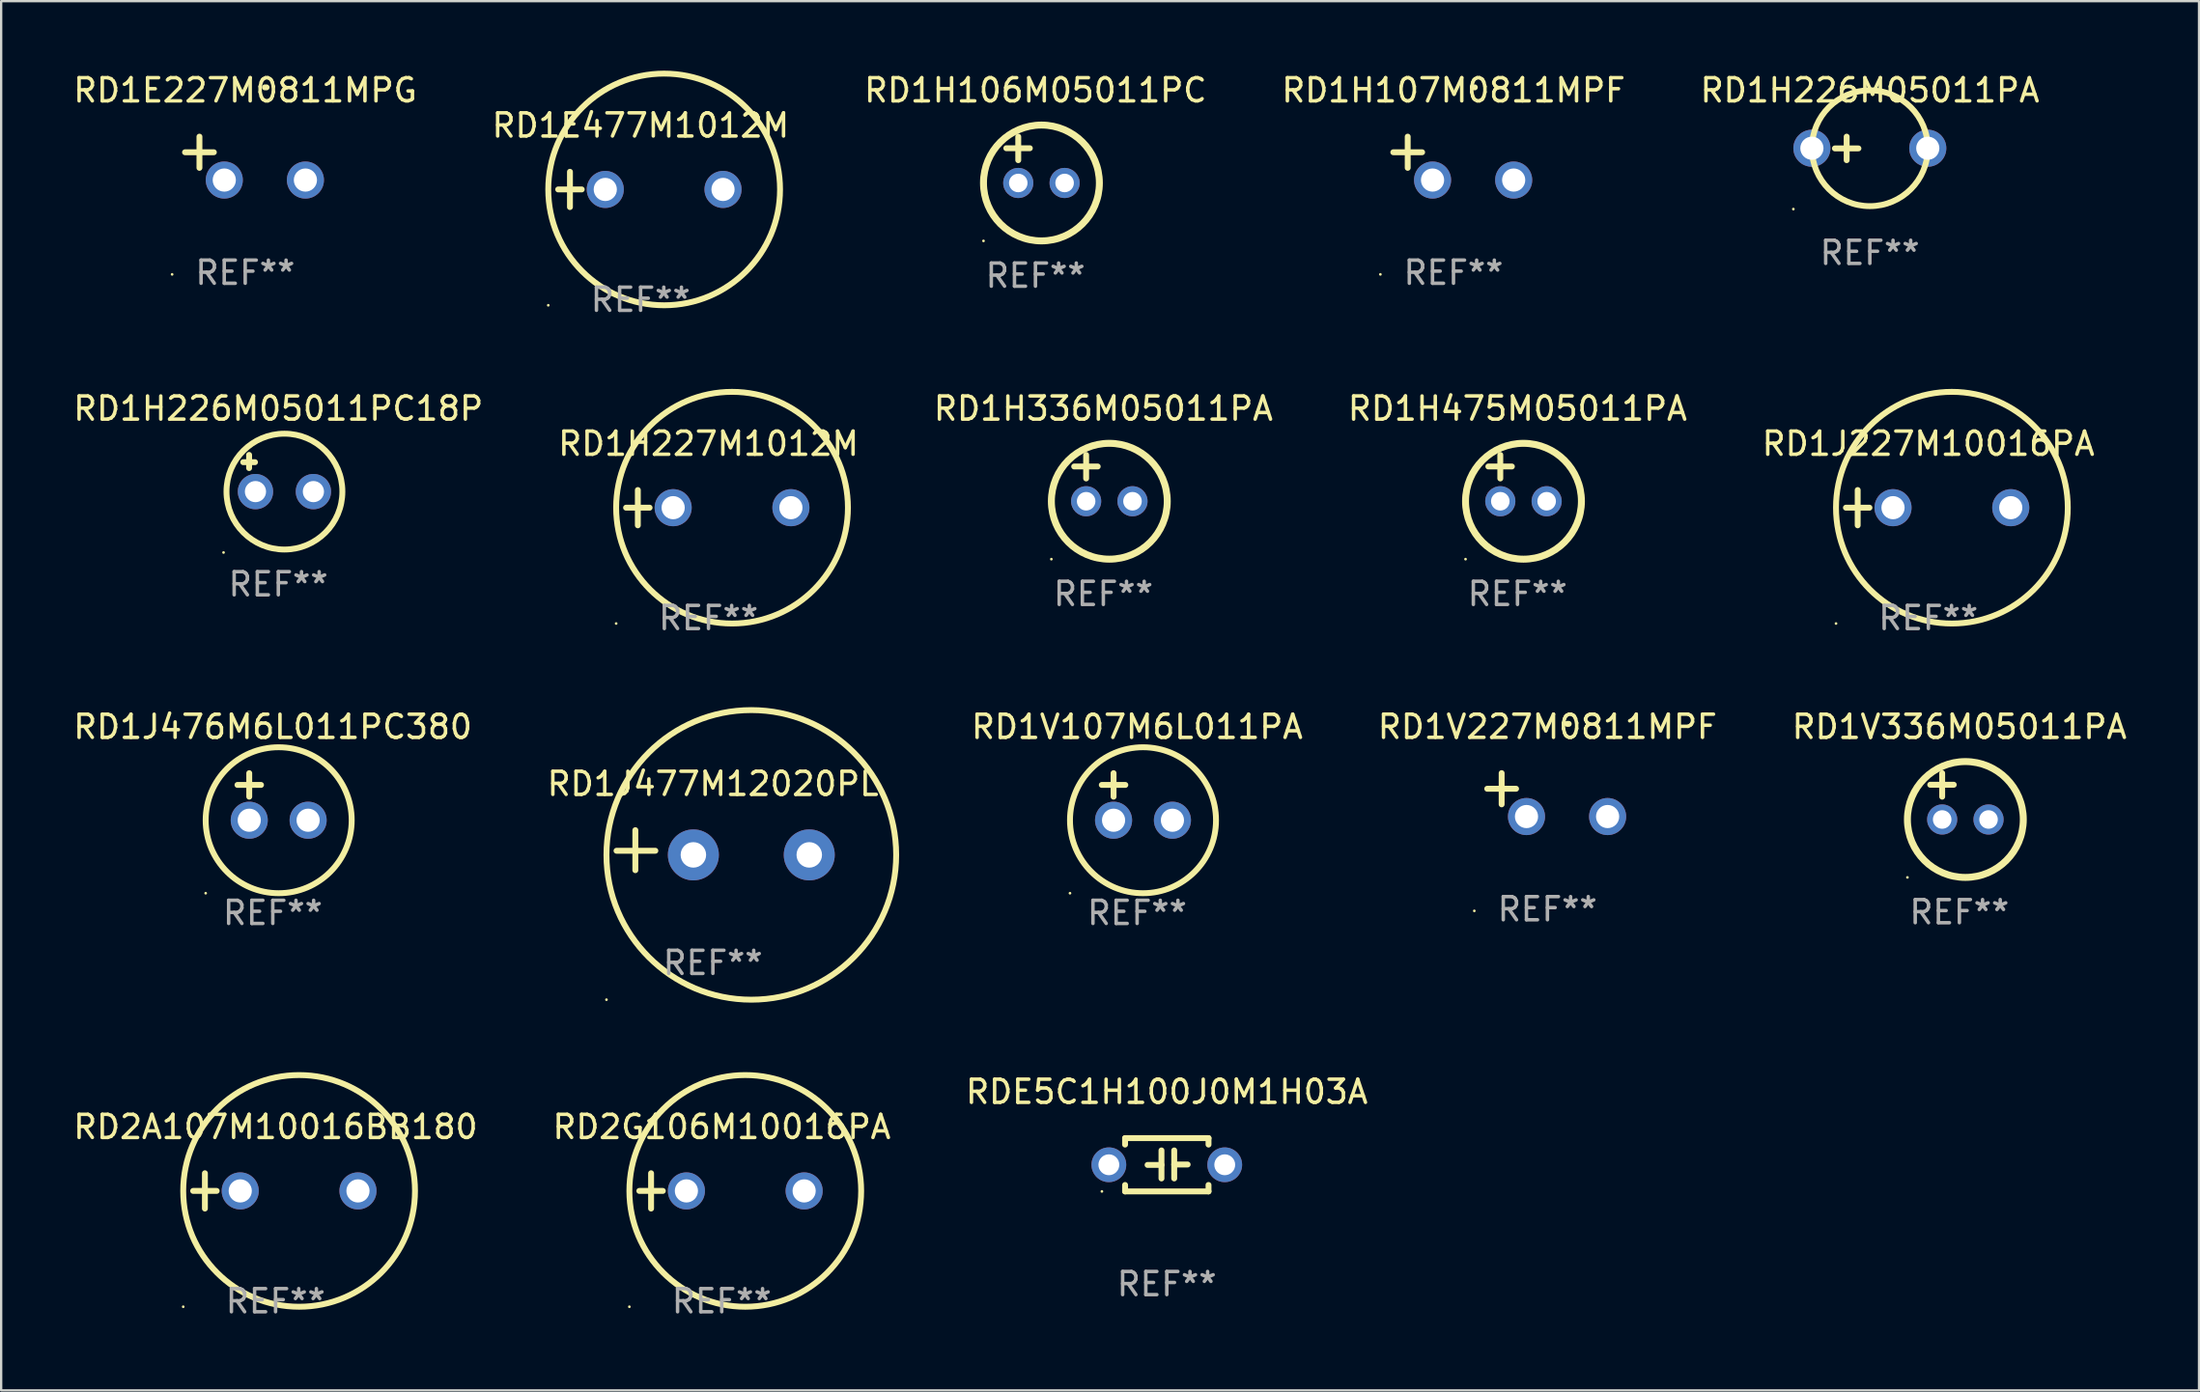
<source format=kicad_pcb>
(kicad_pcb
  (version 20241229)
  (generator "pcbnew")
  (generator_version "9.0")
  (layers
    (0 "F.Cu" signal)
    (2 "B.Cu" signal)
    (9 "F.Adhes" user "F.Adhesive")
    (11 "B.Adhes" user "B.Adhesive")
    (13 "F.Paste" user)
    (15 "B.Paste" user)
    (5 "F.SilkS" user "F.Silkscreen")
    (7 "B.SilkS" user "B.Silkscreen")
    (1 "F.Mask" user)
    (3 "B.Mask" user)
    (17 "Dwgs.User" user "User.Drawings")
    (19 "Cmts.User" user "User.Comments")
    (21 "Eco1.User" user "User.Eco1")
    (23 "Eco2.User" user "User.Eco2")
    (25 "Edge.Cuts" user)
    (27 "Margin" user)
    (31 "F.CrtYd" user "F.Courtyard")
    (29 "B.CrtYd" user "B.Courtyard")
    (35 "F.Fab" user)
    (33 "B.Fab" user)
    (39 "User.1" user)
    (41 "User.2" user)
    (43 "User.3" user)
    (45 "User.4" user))
  (footprint "RDE5C1H100J0M1H03A"
    (layer "F.Cu")
    (at 47.292 47.227)
    (property "Reference" "RDE5C1H100J0M1H03A" (at 0 -3.15 0) (layer "F.SilkS") (effects (font (size 1 1) (thickness 0.15))))
    (attr through_hole)
    (fp_line (start -1.8 -1.15) (end -1.8 -0.872) (stroke (width 0.254) (type solid)) (layer "F.SilkS"))
    (fp_line (start -1.8 -1.15) (end 1.8 -1.15) (stroke (width 0.254) (type solid)) (layer "F.SilkS"))
    (fp_line (start -1.8 0.872) (end -1.8 1.15) (stroke (width 0.254) (type solid)) (layer "F.SilkS"))
    (fp_line (start -1.8 1.15) (end 1.8 1.15) (stroke (width 0.254) (type solid)) (layer "F.SilkS"))
    (fp_line (start -0.23 -0.62) (end -0.23 0.59) (stroke (width 0.254) (type solid)) (layer "F.SilkS"))
    (fp_line (start -0.23 0.007) (end -0.83 0.007) (stroke (width 0.254) (type solid)) (layer "F.SilkS"))
    (fp_line (start 0.32 -0.62) (end 0.32 0.59) (stroke (width 0.254) (type solid)) (layer "F.SilkS"))
    (fp_line (start 0.32 -0.012) (end 0.9 -0.012) (stroke (width 0.254) (type solid)) (layer "F.SilkS"))
    (fp_line (start 1.8 -1.15) (end 1.8 -0.872) (stroke (width 0.254) (type solid)) (layer "F.SilkS"))
    (fp_line (start 1.8 0.872) (end 1.8 1.15) (stroke (width 0.254) (type solid)) (layer "F.SilkS"))
    (fp_circle (center -2.8 1.15) (end -2.77 1.15) (stroke (width 0.06) (type solid)) (fill no) (layer "F.SilkS"))
    (fp_text user "REF**" (at 0 5.15 0) (layer "F.Fab") (effects (font (size 1 1) (thickness 0.15))))
    (pad "1" thru_hole circle (at -2.5 0) (size 1.5 1.5) (drill 0.9) (layers "*.Cu" "*.Mask"))
    (pad "2" thru_hole circle (at 2.5 0) (size 1.5 1.5) (drill 0.9) (layers "*.Cu" "*.Mask")))
  (footprint "RD2A107M10016BB180"
    (layer "F.Cu")
    (at 8.839 48.355)
    (property "Reference" "RD2A107M10016BB180" (at 0 -2.762 0) (layer "F.SilkS") (effects (font (size 1 1) (thickness 0.15))))
    (attr through_hole)
    (fp_line (start -3.556 0) (end -2.54 0) (stroke (width 0.254) (type solid)) (layer "F.SilkS"))
    (fp_line (start -3.048 -0.762) (end -3.048 0.762) (stroke (width 0.254) (type solid)) (layer "F.SilkS"))
    (fp_circle (center -3.984 5) (end -3.954 5) (stroke (width 0.06) (type solid)) (fill no) (layer "F.SilkS"))
    (fp_circle (center 1.016 0) (end 6.016 0) (stroke (width 0.254) (type solid)) (fill no) (layer "F.SilkS"))
    (fp_text user "REF**" (at 0 4.762 0) (layer "F.Fab") (effects (font (size 1 1) (thickness 0.15))))
    (pad "1" thru_hole circle (at -1.524 0) (size 1.6 1.6) (drill 1) (layers "*.Cu" "*.Mask"))
    (pad "2" thru_hole circle (at 3.556 0) (size 1.6 1.6) (drill 1) (layers "*.Cu" "*.Mask")))
  (footprint "RD1V107M6L011PA"
    (layer "F.Cu")
    (at 46.011 31.339)
    (property "Reference" "RD1V107M6L011PA" (at 0 -3.016 0) (layer "F.SilkS") (effects (font (size 1 1) (thickness 0.15))))
    (attr through_hole)
    (fp_line (start -1.524 -0.508) (end -0.508 -0.508) (stroke (width 0.254) (type solid)) (layer "F.SilkS"))
    (fp_line (start -1.016 -1.016) (end -1.016 0) (stroke (width 0.254) (type solid)) (layer "F.SilkS"))
    (fp_circle (center -2.896 4.166) (end -2.866 4.166) (stroke (width 0.06) (type solid)) (fill no) (layer "F.SilkS"))
    (fp_circle (center 0.254 1.016) (end 3.404 1.016) (stroke (width 0.254) (type solid)) (fill no) (layer "F.SilkS"))
    (fp_text user "REF**" (at 0 5.016 0) (layer "F.Fab") (effects (font (size 1 1) (thickness 0.15))))
    (pad "1" thru_hole circle (at -1.016 1.016) (size 1.6 1.6) (drill 1) (layers "*.Cu" "*.Mask"))
    (pad "2" thru_hole circle (at 1.524 1.016) (size 1.6 1.6) (drill 1) (layers "*.Cu" "*.Mask")))
  (footprint "RD1H226M05011PC18P"
    (layer "F.Cu")
    (at 8.958 17.378)
    (property "Reference" "RD1H226M05011PC18P" (at 0 -2.792 0) (layer "F.SilkS") (effects (font (size 1 1) (thickness 0.15))))
    (attr through_hole)
    (fp_line (start -1.514 -0.478) (end -1.006 -0.478) (stroke (width 0.254) (type solid)) (layer "F.SilkS"))
    (fp_line (start -1.26 -0.792) (end -1.26 -0.224) (stroke (width 0.254) (type solid)) (layer "F.SilkS"))
    (fp_circle (center -2.363 3.42) (end -2.333 3.42) (stroke (width 0.06) (type solid)) (fill no) (layer "F.SilkS"))
    (fp_circle (center 0.264 0.792) (end 2.764 0.792) (stroke (width 0.254) (type solid)) (fill no) (layer "F.SilkS"))
    (fp_text user "REF**" (at 0 4.792 0) (layer "F.Fab") (effects (font (size 1 1) (thickness 0.15))))
    (pad "1" thru_hole circle (at -0.986 0.792) (size 1.524 1.524) (drill 0.914) (layers "*.Cu" "*.Mask"))
    (pad "2" thru_hole circle (at 1.514 0.792) (size 1.524 1.524) (drill 0.914) (layers "*.Cu" "*.Mask")))
  (footprint "RD1J477M12020PL"
    (layer "F.Cu")
    (at 27.708 33.648)
    (property "Reference" "RD1J477M12020PL" (at 0 -2.864 0) (layer "F.SilkS") (effects (font (size 1 1) (thickness 0.15))))
    (attr through_hole)
    (fp_line (start -3.346 0.864) (end -3.346 -0.864) (stroke (width 0.254) (type solid)) (layer "F.SilkS"))
    (fp_line (start -2.482 0.025) (end -4.158 0.025) (stroke (width 0.254) (type solid)) (layer "F.SilkS"))
    (fp_circle (center -4.592 6.453) (end -4.562 6.453) (stroke (width 0.06) (type solid)) (fill no) (layer "F.SilkS"))
    (fp_circle (center 1.658 0.203) (end 7.908 0.203) (stroke (width 0.254) (type solid)) (fill no) (layer "F.SilkS"))
    (fp_text user "REF**" (at 0 4.864 0) (layer "F.Fab") (effects (font (size 1 1) (thickness 0.15))))
    (pad "1" thru_hole circle (at -0.842 0.203) (size 2.2 2.2) (drill 1.1) (layers "*.Cu" "*.Mask"))
    (pad "2" thru_hole circle (at 4.158 0.203) (size 2.2 2.2) (drill 1.1) (layers "*.Cu" "*.Mask")))
  (footprint "RD2G106M10016PA"
    (layer "F.Cu")
    (at 28.089 48.355)
    (property "Reference" "RD2G106M10016PA" (at 0 -2.762 0) (layer "F.SilkS") (effects (font (size 1 1) (thickness 0.15))))
    (attr through_hole)
    (fp_line (start -3.556 0) (end -2.54 0) (stroke (width 0.254) (type solid)) (layer "F.SilkS"))
    (fp_line (start -3.048 -0.762) (end -3.048 0.762) (stroke (width 0.254) (type solid)) (layer "F.SilkS"))
    (fp_circle (center -3.984 5) (end -3.954 5) (stroke (width 0.06) (type solid)) (fill no) (layer "F.SilkS"))
    (fp_circle (center 1.016 0) (end 6.016 0) (stroke (width 0.254) (type solid)) (fill no) (layer "F.SilkS"))
    (fp_text user "REF**" (at 0 4.762 0) (layer "F.Fab") (effects (font (size 1 1) (thickness 0.15))))
    (pad "1" thru_hole circle (at -1.524 0) (size 1.6 1.6) (drill 1) (layers "*.Cu" "*.Mask"))
    (pad "2" thru_hole circle (at 3.556 0) (size 1.6 1.6) (drill 1) (layers "*.Cu" "*.Mask")))
  (footprint "RD1H475M05011PA"
    (layer "F.Cu")
    (at 62.423 17.586)
    (property "Reference" "RD1H475M05011PA" (at 0 -3 0) (layer "F.SilkS") (effects (font (size 1 1) (thickness 0.15))))
    (attr through_hole)
    (fp_line (start -1.258 -0.5) (end -0.242 -0.5) (stroke (width 0.254) (type solid)) (layer "F.SilkS"))
    (fp_line (start -0.742 -1) (end -0.742 0.016) (stroke (width 0.254) (type solid)) (layer "F.SilkS"))
    (fp_circle (center -2.242 3.5) (end -2.212 3.5) (stroke (width 0.06) (type solid)) (fill no) (layer "F.SilkS"))
    (fp_circle (center 0.258 1) (end 2.758 1) (stroke (width 0.3) (type solid)) (fill no) (layer "F.SilkS"))
    (fp_text user "REF**" (at 0 5 0) (layer "F.Fab") (effects (font (size 1 1) (thickness 0.15))))
    (pad "1" thru_hole circle (at -0.742 1) (size 1.3 1.3) (drill 0.8) (layers "*.Cu" "*.Mask"))
    (pad "2" thru_hole circle (at 1.258 1) (size 1.3 1.3) (drill 0.8) (layers "*.Cu" "*.Mask")))
  (footprint "RD1E477M1012M"
    (layer "F.Cu")
    (at 24.589 5.127)
    (property "Reference" "RD1E477M1012M" (at 0 -2.762 0) (layer "F.SilkS") (effects (font (size 1 1) (thickness 0.15))))
    (attr through_hole)
    (fp_line (start -3.556 0) (end -2.54 0) (stroke (width 0.254) (type solid)) (layer "F.SilkS"))
    (fp_line (start -3.048 -0.762) (end -3.048 0.762) (stroke (width 0.254) (type solid)) (layer "F.SilkS"))
    (fp_circle (center -3.984 5) (end -3.954 5) (stroke (width 0.06) (type solid)) (fill no) (layer "F.SilkS"))
    (fp_circle (center 1.016 0) (end 6.016 0) (stroke (width 0.254) (type solid)) (fill no) (layer "F.SilkS"))
    (fp_text user "REF**" (at 0 4.762 0) (layer "F.Fab") (effects (font (size 1 1) (thickness 0.15))))
    (pad "1" thru_hole circle (at -1.524 0) (size 1.6 1.6) (drill 1) (layers "*.Cu" "*.Mask"))
    (pad "2" thru_hole circle (at 3.556 0) (size 1.6 1.6) (drill 1) (layers "*.Cu" "*.Mask")))
  (footprint "RD1J227M10016PA"
    (layer "F.Cu")
    (at 80.149 18.864)
    (property "Reference" "RD1J227M10016PA" (at 0 -2.762 0) (layer "F.SilkS") (effects (font (size 1 1) (thickness 0.15))))
    (attr through_hole)
    (fp_line (start -3.556 0) (end -2.54 0) (stroke (width 0.254) (type solid)) (layer "F.SilkS"))
    (fp_line (start -3.048 -0.762) (end -3.048 0.762) (stroke (width 0.254) (type solid)) (layer "F.SilkS"))
    (fp_circle (center -3.984 5) (end -3.954 5) (stroke (width 0.06) (type solid)) (fill no) (layer "F.SilkS"))
    (fp_circle (center 1.016 0) (end 6.016 0) (stroke (width 0.254) (type solid)) (fill no) (layer "F.SilkS"))
    (fp_text user "REF**" (at 0 4.762 0) (layer "F.Fab") (effects (font (size 1 1) (thickness 0.15))))
    (pad "1" thru_hole circle (at -1.524 0) (size 1.6 1.6) (drill 1) (layers "*.Cu" "*.Mask"))
    (pad "2" thru_hole circle (at 3.556 0) (size 1.6 1.6) (drill 1) (layers "*.Cu" "*.Mask")))
  (footprint "RD1H106M05011PC"
    (layer "F.Cu")
    (at 41.625 3.848)
    (property "Reference" "RD1H106M05011PC" (at 0 -3 0) (layer "F.SilkS") (effects (font (size 1 1) (thickness 0.15))))
    (attr through_hole)
    (fp_line (start -1.258 -0.5) (end -0.242 -0.5) (stroke (width 0.254) (type solid)) (layer "F.SilkS"))
    (fp_line (start -0.742 -1) (end -0.742 0.016) (stroke (width 0.254) (type solid)) (layer "F.SilkS"))
    (fp_circle (center -2.242 3.5) (end -2.212 3.5) (stroke (width 0.06) (type solid)) (fill no) (layer "F.SilkS"))
    (fp_circle (center 0.258 1) (end 2.758 1) (stroke (width 0.3) (type solid)) (fill no) (layer "F.SilkS"))
    (fp_text user "REF**" (at 0 5 0) (layer "F.Fab") (effects (font (size 1 1) (thickness 0.15))))
    (pad "1" thru_hole circle (at -0.742 1) (size 1.3 1.3) (drill 0.8) (layers "*.Cu" "*.Mask"))
    (pad "2" thru_hole circle (at 1.258 1) (size 1.3 1.3) (drill 0.8) (layers "*.Cu" "*.Mask")))
  (footprint "RD1E227M0811MPG"
    (layer "F.Cu")
    (at 7.53 3.785)
    (property "Reference" "RD1E227M0811MPG" (at 0 -2.937 0) (layer "F.SilkS") (effects (font (size 1 1) (thickness 0.15))))
    (attr through_hole)
    (fp_line (start -1.975 0.41) (end -1.975 -0.937) (stroke (width 0.254) (type solid)) (layer "F.SilkS"))
    (fp_line (start -1.353 -0.263) (end -2.597 -0.263) (stroke (width 0.254) (type solid)) (layer "F.SilkS"))
    (fp_arc (start 0.849809 -3.063957) (mid 0.885369 -3.064114) (end 0.920929 -3.063957) (stroke (width 0.254001) (type solid)) (layer "F.SilkS"))
    (fp_circle (center -3.154 5.008) (end -3.124 5.008) (stroke (width 0.06) (type solid)) (fill no) (layer "F.SilkS"))
    (fp_text user "REF**" (at 0 4.937 0) (layer "F.Fab") (effects (font (size 1 1) (thickness 0.15))))
    (pad "1" thru_hole circle (at -0.903 0.937) (size 1.6 1.6) (drill 1) (layers "*.Cu" "*.Mask"))
    (pad "2" thru_hole circle (at 2.597 0.937) (size 1.6 1.6) (drill 1) (layers "*.Cu" "*.Mask")))
  (footprint "RD1H107M0811MPF"
    (layer "F.Cu")
    (at 59.661 3.785)
    (property "Reference" "RD1H107M0811MPF" (at 0 -2.937 0) (layer "F.SilkS") (effects (font (size 1 1) (thickness 0.15))))
    (attr through_hole)
    (fp_line (start -1.975 0.41) (end -1.975 -0.937) (stroke (width 0.254) (type solid)) (layer "F.SilkS"))
    (fp_line (start -1.353 -0.263) (end -2.597 -0.263) (stroke (width 0.254) (type solid)) (layer "F.SilkS"))
    (fp_arc (start 0.849809 -3.063957) (mid 0.885369 -3.064114) (end 0.920929 -3.063957) (stroke (width 0.254001) (type solid)) (layer "F.SilkS"))
    (fp_circle (center -3.154 5.008) (end -3.124 5.008) (stroke (width 0.06) (type solid)) (fill no) (layer "F.SilkS"))
    (fp_text user "REF**" (at 0 4.937 0) (layer "F.Fab") (effects (font (size 1 1) (thickness 0.15))))
    (pad "1" thru_hole circle (at -0.903 0.937) (size 1.6 1.6) (drill 1) (layers "*.Cu" "*.Mask"))
    (pad "2" thru_hole circle (at 2.597 0.937) (size 1.6 1.6) (drill 1) (layers "*.Cu" "*.Mask")))
  (footprint "RD1V227M0811MPF"
    (layer "F.Cu")
    (at 63.714 31.259)
    (property "Reference" "RD1V227M0811MPF" (at 0 -2.937 0) (layer "F.SilkS") (effects (font (size 1 1) (thickness 0.15))))
    (attr through_hole)
    (fp_line (start -1.975 0.41) (end -1.975 -0.937) (stroke (width 0.254) (type solid)) (layer "F.SilkS"))
    (fp_line (start -1.353 -0.263) (end -2.597 -0.263) (stroke (width 0.254) (type solid)) (layer "F.SilkS"))
    (fp_arc (start 0.849809 -3.063957) (mid 0.885369 -3.064114) (end 0.920929 -3.063957) (stroke (width 0.254001) (type solid)) (layer "F.SilkS"))
    (fp_circle (center -3.154 5.008) (end -3.124 5.008) (stroke (width 0.06) (type solid)) (fill no) (layer "F.SilkS"))
    (fp_text user "REF**" (at 0 4.937 0) (layer "F.Fab") (effects (font (size 1 1) (thickness 0.15))))
    (pad "1" thru_hole circle (at -0.903 0.937) (size 1.6 1.6) (drill 1) (layers "*.Cu" "*.Mask"))
    (pad "2" thru_hole circle (at 2.597 0.937) (size 1.6 1.6) (drill 1) (layers "*.Cu" "*.Mask")))
  (footprint "RD1J476M6L011PC380"
    (layer "F.Cu")
    (at 8.72 31.339)
    (property "Reference" "RD1J476M6L011PC380" (at 0 -3.016 0) (layer "F.SilkS") (effects (font (size 1 1) (thickness 0.15))))
    (attr through_hole)
    (fp_line (start -1.524 -0.508) (end -0.508 -0.508) (stroke (width 0.254) (type solid)) (layer "F.SilkS"))
    (fp_line (start -1.016 -1.016) (end -1.016 0) (stroke (width 0.254) (type solid)) (layer "F.SilkS"))
    (fp_circle (center -2.896 4.166) (end -2.866 4.166) (stroke (width 0.06) (type solid)) (fill no) (layer "F.SilkS"))
    (fp_circle (center 0.254 1.016) (end 3.404 1.016) (stroke (width 0.254) (type solid)) (fill no) (layer "F.SilkS"))
    (fp_text user "REF**" (at 0 5.016 0) (layer "F.Fab") (effects (font (size 1 1) (thickness 0.15))))
    (pad "1" thru_hole circle (at -1.016 1.016) (size 1.6 1.6) (drill 1) (layers "*.Cu" "*.Mask"))
    (pad "2" thru_hole circle (at 1.524 1.016) (size 1.6 1.6) (drill 1) (layers "*.Cu" "*.Mask")))
  (footprint "RD1V336M05011PA"
    (layer "F.Cu")
    (at 81.488 31.323)
    (property "Reference" "RD1V336M05011PA" (at 0 -3 0) (layer "F.SilkS") (effects (font (size 1 1) (thickness 0.15))))
    (attr through_hole)
    (fp_line (start -1.258 -0.5) (end -0.242 -0.5) (stroke (width 0.254) (type solid)) (layer "F.SilkS"))
    (fp_line (start -0.742 -1) (end -0.742 0.016) (stroke (width 0.254) (type solid)) (layer "F.SilkS"))
    (fp_circle (center -2.242 3.5) (end -2.212 3.5) (stroke (width 0.06) (type solid)) (fill no) (layer "F.SilkS"))
    (fp_circle (center 0.258 1) (end 2.758 1) (stroke (width 0.3) (type solid)) (fill no) (layer "F.SilkS"))
    (fp_text user "REF**" (at 0 5 0) (layer "F.Fab") (effects (font (size 1 1) (thickness 0.15))))
    (pad "1" thru_hole circle (at -0.742 1) (size 1.3 1.3) (drill 0.8) (layers "*.Cu" "*.Mask"))
    (pad "2" thru_hole circle (at 1.258 1) (size 1.3 1.3) (drill 0.8) (layers "*.Cu" "*.Mask")))
  (footprint "RD1H226M05011PA"
    (layer "F.Cu")
    (at 77.625 3.356)
    (property "Reference" "RD1H226M05011PA" (at 0 -2.508 0) (layer "F.SilkS") (effects (font (size 1 1) (thickness 0.15))))
    (attr through_hole)
    (fp_line (start -1.508 0) (end -0.492 0) (stroke (width 0.254) (type solid)) (layer "F.SilkS"))
    (fp_line (start -1 -0.508) (end -1 0.508) (stroke (width 0.254) (type solid)) (layer "F.SilkS"))
    (fp_circle (center -3.3 2.619) (end -3.27 2.619) (stroke (width 0.06) (type solid)) (fill no) (layer "F.SilkS"))
    (fp_circle (center -0.000127 -0.008) (end 2.5 -0.008) (stroke (width 0.254) (type solid)) (fill no) (layer "F.SilkS"))
    (fp_text user "REF**" (at 0 4.508 0) (layer "F.Fab") (effects (font (size 1 1) (thickness 0.15))))
    (pad "1" thru_hole circle (at -2.5 -0.008) (size 1.6 1.6) (drill 1) (layers "*.Cu" "*.Mask"))
    (pad "2" thru_hole circle (at 2.5 -0.008) (size 1.6 1.6) (drill 1) (layers "*.Cu" "*.Mask")))
  (footprint "RD1H336M05011PA"
    (layer "F.Cu")
    (at 44.554 17.586)
    (property "Reference" "RD1H336M05011PA" (at 0 -3 0) (layer "F.SilkS") (effects (font (size 1 1) (thickness 0.15))))
    (attr through_hole)
    (fp_line (start -1.258 -0.5) (end -0.242 -0.5) (stroke (width 0.254) (type solid)) (layer "F.SilkS"))
    (fp_line (start -0.742 -1) (end -0.742 0.016) (stroke (width 0.254) (type solid)) (layer "F.SilkS"))
    (fp_circle (center -2.242 3.5) (end -2.212 3.5) (stroke (width 0.06) (type solid)) (fill no) (layer "F.SilkS"))
    (fp_circle (center 0.258 1) (end 2.758 1) (stroke (width 0.3) (type solid)) (fill no) (layer "F.SilkS"))
    (fp_text user "REF**" (at 0 5 0) (layer "F.Fab") (effects (font (size 1 1) (thickness 0.15))))
    (pad "1" thru_hole circle (at -0.742 1) (size 1.3 1.3) (drill 0.8) (layers "*.Cu" "*.Mask"))
    (pad "2" thru_hole circle (at 1.258 1) (size 1.3 1.3) (drill 0.8) (layers "*.Cu" "*.Mask")))
  (footprint "RD1H227M1012M"
    (layer "F.Cu")
    (at 27.518 18.864)
    (property "Reference" "RD1H227M1012M" (at 0 -2.762 0) (layer "F.SilkS") (effects (font (size 1 1) (thickness 0.15))))
    (attr through_hole)
    (fp_line (start -3.556 0) (end -2.54 0) (stroke (width 0.254) (type solid)) (layer "F.SilkS"))
    (fp_line (start -3.048 -0.762) (end -3.048 0.762) (stroke (width 0.254) (type solid)) (layer "F.SilkS"))
    (fp_circle (center -3.984 5) (end -3.954 5) (stroke (width 0.06) (type solid)) (fill no) (layer "F.SilkS"))
    (fp_circle (center 1.016 0) (end 6.016 0) (stroke (width 0.254) (type solid)) (fill no) (layer "F.SilkS"))
    (fp_text user "REF**" (at 0 4.762 0) (layer "F.Fab") (effects (font (size 1 1) (thickness 0.15))))
    (pad "1" thru_hole circle (at -1.524 0) (size 1.6 1.6) (drill 1) (layers "*.Cu" "*.Mask"))
    (pad "2" thru_hole circle (at 3.556 0) (size 1.6 1.6) (drill 1) (layers "*.Cu" "*.Mask")))
  (gr_rect
    (start -3 -3)
    (end 91.827 56.966)
    (stroke (width 0.1) (type default))
    (fill no)
    (layer "Edge.Cuts")))
</source>
